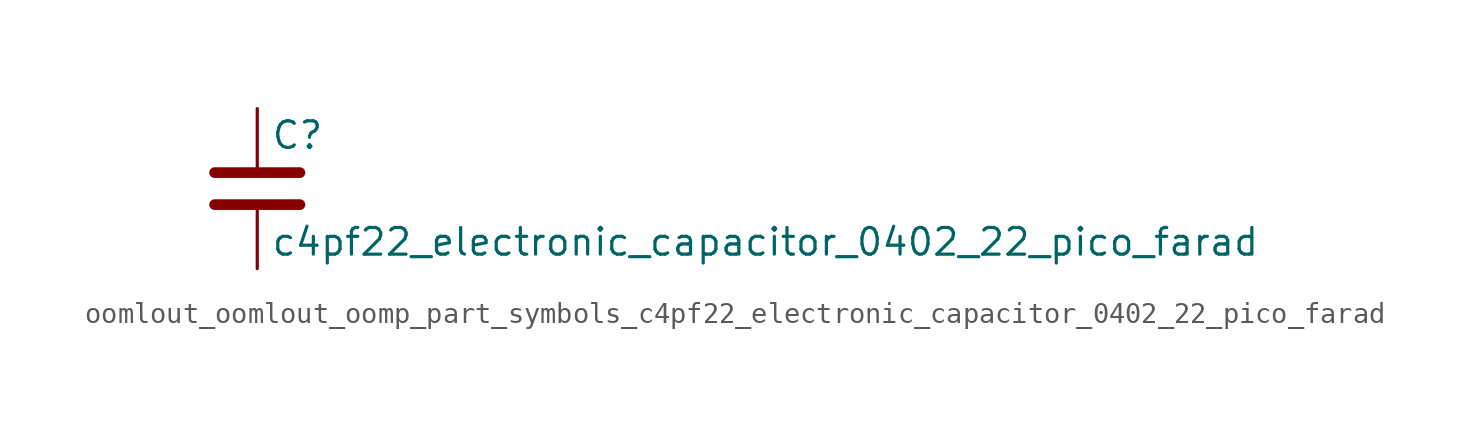
<source format=kicad_sym>
(kicad_symbol_lib
  (version 20220914)
  (generator kicad_symbol_editor)
  (symbol "oomlout_oomlout_oomp_part_symbols_c4pf22_electronic_capacitor_0402_22_pico_farad"
    (pin_numbers hide)
    (pin_names
      (offset 0.254))
    (property "Reference" "C"
      (at 0.635 2.54 0)
      (effects (font (size 1.27 1.27)) (justify left)))
    (property "Value" "c4pf22_electronic_capacitor_0402_22_pico_farad"
      (at 0.635 -2.54 0)
      (effects (font (size 1.27 1.27)) (justify left)))
    (symbol "oomlout_oomlout_oomp_part_symbols_c4pf22_electronic_capacitor_0402_22_pico_farad_0_1"
      (polyline (pts (xy -2.032 -0.762) (xy 2.032 -0.762)) (stroke (width 0.508) (type default)) (fill (type none)))
      (polyline (pts (xy -2.032 0.762) (xy 2.032 0.762)) (stroke (width 0.508) (type default)) (fill (type none))))
    (symbol "oomlout_oomlout_oomp_part_symbols_c4pf22_electronic_capacitor_0402_22_pico_farad_1_1"
      (pin passive line (at 0 3.81 270) (length 2.794) (name "~" (effects (font (size 1.27 1.27)))) (number "1" (effects (font (size 1.27 1.27)))))
      (pin passive line (at 0 -3.81 90) (length 2.794) (name "~" (effects (font (size 1.27 1.27)))) (number "2" (effects (font (size 1.27 1.27))))))))
</source>
